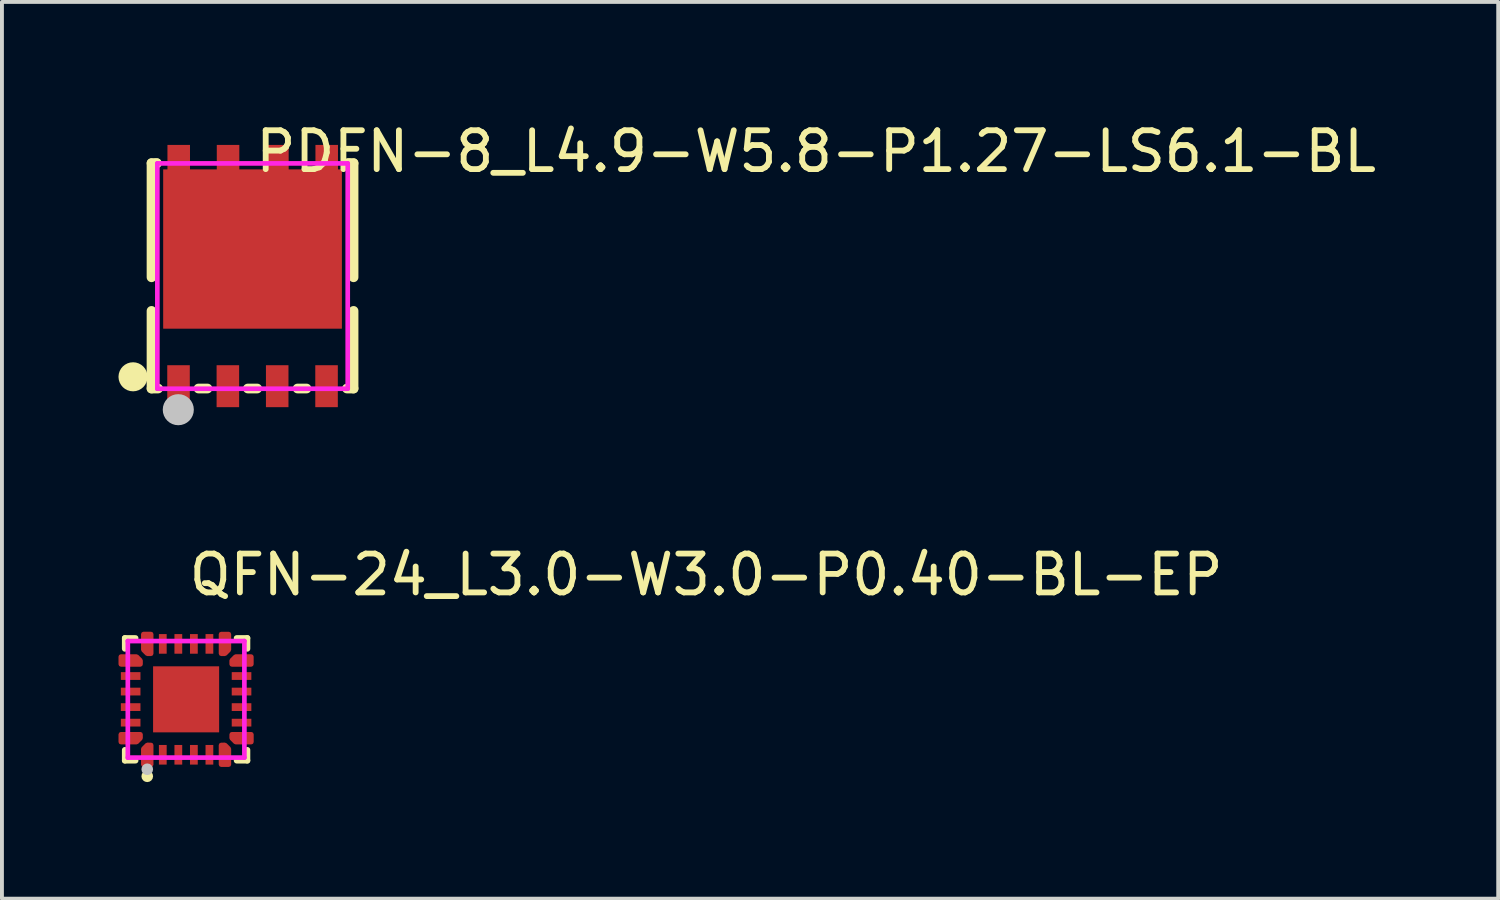
<source format=kicad_pcb>
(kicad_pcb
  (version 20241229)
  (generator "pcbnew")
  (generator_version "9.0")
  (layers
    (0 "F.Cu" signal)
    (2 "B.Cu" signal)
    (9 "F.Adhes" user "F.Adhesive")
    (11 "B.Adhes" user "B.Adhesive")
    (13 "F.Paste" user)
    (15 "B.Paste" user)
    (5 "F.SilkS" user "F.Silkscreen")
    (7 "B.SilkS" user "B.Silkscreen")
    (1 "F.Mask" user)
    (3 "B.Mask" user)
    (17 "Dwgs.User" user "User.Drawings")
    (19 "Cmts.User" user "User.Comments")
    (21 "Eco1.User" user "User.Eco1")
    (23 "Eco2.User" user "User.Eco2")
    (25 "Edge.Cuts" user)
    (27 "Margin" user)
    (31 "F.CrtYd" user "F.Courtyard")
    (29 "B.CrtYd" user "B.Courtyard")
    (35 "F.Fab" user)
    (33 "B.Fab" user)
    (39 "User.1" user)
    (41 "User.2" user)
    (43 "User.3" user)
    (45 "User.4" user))
  (footprint "PDFN-8_L4.9-W5.8-P1.27-LS6.1-BL"
    (layer "F.Cu")
    (at 3.452 4.055)
    (property "Reference" "PDFN-8_L4.9-W5.8-P1.27-LS6.1-BL" (at 0 -3.207 0) (layer "F.SilkS") (effects (font (size 1 1) (thickness 0.15)) (justify left)))
    (attr through_hole)
    (fp_line (start -2.602 -2.905) (end -2.465 -2.905) (stroke (width 0.25) (type solid)) (layer "F.SilkS"))
    (fp_line (start -2.602 0.032) (end -2.602 -2.905) (stroke (width 0.25) (type solid)) (layer "F.SilkS"))
    (fp_line (start -2.602 2.895) (end -2.602 0.897) (stroke (width 0.25) (type solid)) (layer "F.SilkS"))
    (fp_line (start -2.602 2.895) (end -2.432 2.895) (stroke (width 0.25) (type solid)) (layer "F.SilkS"))
    (fp_line (start -2.502 -2.905) (end -2.465 -2.905) (stroke (width 0.25) (type solid)) (layer "F.SilkS"))
    (fp_line (start -1.393 2.895) (end -1.162 2.895) (stroke (width 0.25) (type solid)) (layer "F.SilkS"))
    (fp_line (start -0.123 2.895) (end 0.118 2.895) (stroke (width 0.25) (type solid)) (layer "F.SilkS"))
    (fp_line (start 1.157 2.895) (end 1.388 2.895) (stroke (width 0.25) (type solid)) (layer "F.SilkS"))
    (fp_line (start 2.427 2.895) (end 2.598 2.895) (stroke (width 0.25) (type solid)) (layer "F.SilkS"))
    (fp_line (start 2.46 -2.905) (end 2.498 -2.905) (stroke (width 0.25) (type solid)) (layer "F.SilkS"))
    (fp_line (start 2.461 -2.905) (end 2.598 -2.905) (stroke (width 0.25) (type solid)) (layer "F.SilkS"))
    (fp_line (start 2.598 -2.905) (end 2.598 0.032) (stroke (width 0.25) (type solid)) (layer "F.SilkS"))
    (fp_line (start 2.598 0.897) (end 2.598 2.895) (stroke (width 0.25) (type solid)) (layer "F.SilkS"))
    (fp_arc (start -3.202 2.592) (mid -2.953986 2.594735) (end -3.202015 2.594531) (stroke (width 0.5) (type solid)) (layer "F.SilkS"))
    (fp_poly (pts (xy -2.202 2.29) (xy -1.612 2.29) (xy -1.612 3.38) (xy -2.202 3.38)) (stroke (width 0.12) (type solid)) (fill yes) (layer "F.Paste"))
    (fp_poly (pts (xy -0.932 2.29) (xy -0.342 2.29) (xy -0.342 3.38) (xy -0.932 3.38)) (stroke (width 0.12) (type solid)) (fill yes) (layer "F.Paste"))
    (fp_poly (pts (xy 0.338 2.29) (xy 0.928 2.29) (xy 0.928 3.38) (xy 0.338 3.38)) (stroke (width 0.12) (type solid)) (fill yes) (layer "F.Paste"))
    (fp_poly (pts (xy 1.608 2.29) (xy 2.198 2.29) (xy 2.198 3.38) (xy 1.608 3.38)) (stroke (width 0.12) (type solid)) (fill yes) (layer "F.Paste"))
    (fp_poly (pts (xy -2.192 -3.374) (xy -1.613 -3.374) (xy -1.613 -2.744) (xy -0.923 -2.744) (xy -0.923 -3.374) (xy -0.343 -3.374) (xy -0.343 -2.744) (xy 0.348 -2.744) (xy 0.348 -3.375) (xy 0.928 -3.375) (xy 0.928 -2.745) (xy 1.618 -2.745) (xy 1.618 -3.374) (xy 1.619 -3.375) (xy 2.197 -3.375) (xy 2.197 -2.745) (xy 2.297 -2.745) (xy 2.297 1.355) (xy -2.302 1.355) (xy -2.302 -2.745) (xy -2.193 -2.745)) (stroke (width 0.12) (type solid)) (fill yes) (layer "F.Paste"))
    (fp_circle (center -1.913 3.44) (end -1.713 3.44) (stroke (width 0.4) (type solid)) (fill no) (layer "Dwgs.User"))
    (fp_circle (center -2.453 3.06) (end -2.423 3.06) (stroke (width 0.06) (type solid)) (fill no) (layer "Eco2.User"))
    (fp_poly (pts (xy -2.177 -2.361) (xy 2.173 -2.361) (xy 2.173 1.305) (xy -2.177 1.305)) (stroke (width 0.12) (type solid)) (fill no) (layer "Eco2.User"))
    (fp_poly (pts (xy -2.102 -3.035) (xy -1.702 -3.035) (xy -1.702 -2.355) (xy -2.102 -2.355)) (stroke (width 0.12) (type solid)) (fill no) (layer "Eco2.User"))
    (fp_poly (pts (xy -1.707 3.06) (xy -2.107 3.06) (xy -2.107 2.51) (xy -1.707 2.51)) (stroke (width 0.12) (type solid)) (fill no) (layer "Eco2.User"))
    (fp_poly (pts (xy -0.832 -3.035) (xy -0.432 -3.035) (xy -0.432 -2.355) (xy -0.832 -2.355)) (stroke (width 0.12) (type solid)) (fill no) (layer "Eco2.User"))
    (fp_poly (pts (xy -0.437 3.06) (xy -0.837 3.06) (xy -0.837 2.51) (xy -0.437 2.51)) (stroke (width 0.12) (type solid)) (fill no) (layer "Eco2.User"))
    (fp_poly (pts (xy 0.438 -3.035) (xy 0.838 -3.035) (xy 0.838 -2.355) (xy 0.438 -2.355)) (stroke (width 0.12) (type solid)) (fill no) (layer "Eco2.User"))
    (fp_poly (pts (xy 0.833 3.06) (xy 0.433 3.06) (xy 0.433 2.51) (xy 0.833 2.51)) (stroke (width 0.12) (type solid)) (fill no) (layer "Eco2.User"))
    (fp_poly (pts (xy 1.707 -3.035) (xy 2.107 -3.035) (xy 2.107 -2.355) (xy 1.707 -2.355)) (stroke (width 0.12) (type solid)) (fill no) (layer "Eco2.User"))
    (fp_poly (pts (xy 2.103 3.06) (xy 1.703 3.06) (xy 1.703 2.51) (xy 2.103 2.51)) (stroke (width 0.12) (type solid)) (fill no) (layer "Eco2.User"))
    (fp_line (start -2.452 -2.9) (end 2.448 -2.9) (stroke (width 0.12) (type solid)) (layer "F.CrtYd"))
    (fp_line (start -2.452 2.9) (end -2.452 -2.9) (stroke (width 0.12) (type solid)) (layer "F.CrtYd"))
    (fp_line (start 2.448 -2.9) (end 2.448 2.9) (stroke (width 0.12) (type solid)) (layer "F.CrtYd"))
    (fp_line (start 2.448 2.9) (end -2.452 2.9) (stroke (width 0.12) (type solid)) (layer "F.CrtYd"))
    (pad "1" smd rect (at -1.907 2.835 180) (size 0.58 1.08) (layers "F.Cu" "F.Mask" "F.Paste"))
    (pad "2" smd rect (at -0.637 2.835 180) (size 0.58 1.08) (layers "F.Cu" "F.Mask" "F.Paste"))
    (pad "3" smd rect (at 0.633 2.835 180) (size 0.58 1.08) (layers "F.Cu" "F.Mask" "F.Paste"))
    (pad "4" smd rect (at 1.903 2.835 180) (size 0.58 1.08) (layers "F.Cu" "F.Mask" "F.Paste"))
    (pad "5" smd rect (at 1.907 -2.835) (size 0.58 1.08) (layers "F.Cu" "F.Mask" "F.Paste"))
    (pad "6" smd rect (at 0.638 -2.835) (size 0.58 1.08) (layers "F.Cu" "F.Mask" "F.Paste"))
    (pad "7" smd rect (at -0.632 -2.835) (size 0.58 1.08) (layers "F.Cu" "F.Mask" "F.Paste"))
    (pad "8" smd rect (at -1.902 -2.835) (size 0.58 1.08) (layers "F.Cu" "F.Mask" "F.Paste"))
    (pad "9" smd rect (at -0.002 -0.695) (size 4.6 4.1) (layers "F.Cu" "F.Mask" "F.Paste")))
  (footprint "QFN-24_L3.0-W3.0-P0.40-BL-EP"
    (layer "F.Cu")
    (at 1.74 14.95)
    (property "Reference" "QFN-24_L3.0-W3.0-P0.40-BL-EP" (at 0 -3.207 0) (layer "F.SilkS") (effects (font (size 1 1) (thickness 0.15)) (justify left)))
    (attr through_hole)
    (fp_line (start -1.576 -1.576) (end -1.303 -1.576) (stroke (width 0.152) (type solid)) (layer "F.SilkS"))
    (fp_line (start -1.576 -1.303) (end -1.576 -1.576) (stroke (width 0.152) (type solid)) (layer "F.SilkS"))
    (fp_line (start -1.576 1.303) (end -1.576 1.576) (stroke (width 0.152) (type solid)) (layer "F.SilkS"))
    (fp_line (start -1.576 1.576) (end -1.303 1.576) (stroke (width 0.152) (type solid)) (layer "F.SilkS"))
    (fp_line (start 1.576 -1.576) (end 1.303 -1.576) (stroke (width 0.152) (type solid)) (layer "F.SilkS"))
    (fp_line (start 1.576 -1.303) (end 1.576 -1.576) (stroke (width 0.152) (type solid)) (layer "F.SilkS"))
    (fp_line (start 1.576 1.303) (end 1.576 1.576) (stroke (width 0.152) (type solid)) (layer "F.SilkS"))
    (fp_line (start 1.576 1.576) (end 1.303 1.576) (stroke (width 0.152) (type solid)) (layer "F.SilkS"))
    (fp_circle (center -1 1.98) (end -0.925 1.98) (stroke (width 0.15) (type solid)) (fill no) (layer "F.SilkS"))
    (fp_poly (pts (xy -1.68 -0.7) (xy -1.68 -0.5) (xy -1.175 -0.5) (xy -1.175 -0.7)) (stroke (width 0.12) (type solid)) (fill yes) (layer "F.Paste"))
    (fp_poly (pts (xy -1.68 -0.3) (xy -1.68 -0.1) (xy -1.175 -0.1) (xy -1.175 -0.3)) (stroke (width 0.12) (type solid)) (fill yes) (layer "F.Paste"))
    (fp_poly (pts (xy -1.68 0.1) (xy -1.68 0.3) (xy -1.175 0.3) (xy -1.175 0.1)) (stroke (width 0.12) (type solid)) (fill yes) (layer "F.Paste"))
    (fp_poly (pts (xy -1.68 0.5) (xy -1.68 0.7) (xy -1.175 0.7) (xy -1.175 0.5)) (stroke (width 0.12) (type solid)) (fill yes) (layer "F.Paste"))
    (fp_poly (pts (xy -0.72 -0.72) (xy 0.72 -0.72) (xy 0.72 0.72) (xy -0.72 0.72)) (stroke (width 0.12) (type solid)) (fill yes) (layer "F.Paste"))
    (fp_poly (pts (xy -0.7 1.175) (xy -0.7 1.68) (xy -0.5 1.68) (xy -0.5 1.175)) (stroke (width 0.12) (type solid)) (fill yes) (layer "F.Paste"))
    (fp_poly (pts (xy -0.5 -1.175) (xy -0.5 -1.68) (xy -0.7 -1.68) (xy -0.7 -1.175)) (stroke (width 0.12) (type solid)) (fill yes) (layer "F.Paste"))
    (fp_poly (pts (xy -0.1 -1.175) (xy -0.1 -1.68) (xy -0.3 -1.68) (xy -0.3 -1.175)) (stroke (width 0.12) (type solid)) (fill yes) (layer "F.Paste"))
    (fp_poly (pts (xy -0.1 1.68) (xy -0.1 1.175) (xy -0.3 1.175) (xy -0.3 1.68)) (stroke (width 0.12) (type solid)) (fill yes) (layer "F.Paste"))
    (fp_poly (pts (xy 0.1 -1.68) (xy 0.1 -1.175) (xy 0.3 -1.175) (xy 0.3 -1.68)) (stroke (width 0.12) (type solid)) (fill yes) (layer "F.Paste"))
    (fp_poly (pts (xy 0.3 1.68) (xy 0.3 1.175) (xy 0.1 1.175) (xy 0.1 1.68)) (stroke (width 0.12) (type solid)) (fill yes) (layer "F.Paste"))
    (fp_poly (pts (xy 0.5 -1.68) (xy 0.5 -1.175) (xy 0.7 -1.175) (xy 0.7 -1.68)) (stroke (width 0.12) (type solid)) (fill yes) (layer "F.Paste"))
    (fp_poly (pts (xy 0.7 1.68) (xy 0.7 1.175) (xy 0.5 1.175) (xy 0.5 1.68)) (stroke (width 0.12) (type solid)) (fill yes) (layer "F.Paste"))
    (fp_poly (pts (xy 1.68 -0.5) (xy 1.68 -0.7) (xy 1.175 -0.7) (xy 1.175 -0.5)) (stroke (width 0.12) (type solid)) (fill yes) (layer "F.Paste"))
    (fp_poly (pts (xy 1.68 -0.1) (xy 1.68 -0.3) (xy 1.175 -0.3) (xy 1.175 -0.1)) (stroke (width 0.12) (type solid)) (fill yes) (layer "F.Paste"))
    (fp_poly (pts (xy 1.68 0.3) (xy 1.68 0.1) (xy 1.175 0.1) (xy 1.175 0.3)) (stroke (width 0.12) (type solid)) (fill yes) (layer "F.Paste"))
    (fp_poly (pts (xy 1.68 0.7) (xy 1.68 0.5) (xy 1.175 0.5) (xy 1.175 0.7)) (stroke (width 0.12) (type solid)) (fill yes) (layer "F.Paste"))
    (fp_poly (pts (xy -1.68 -1.1) (xy -1.68 -0.9) (xy -1.175 -0.9) (xy -1.174 -1) (xy -1.274 -1.1)) (stroke (width 0.12) (type solid)) (fill yes) (layer "F.Paste"))
    (fp_poly (pts (xy -1.68 0.9) (xy -1.68 1.1) (xy -1.274 1.1) (xy -1.174 1) (xy -1.175 0.9)) (stroke (width 0.12) (type solid)) (fill yes) (layer "F.Paste"))
    (fp_poly (pts (xy -0.9 -1.175) (xy -0.9 -1.68) (xy -1.1 -1.68) (xy -1.1 -1.274) (xy -1 -1.174)) (stroke (width 0.12) (type solid)) (fill yes) (layer "F.Paste"))
    (fp_poly (pts (xy -0.9 1.175) (xy -1 1.174) (xy -1.1 1.275) (xy -1.1 1.68) (xy -0.9 1.68)) (stroke (width 0.12) (type solid)) (fill yes) (layer "F.Paste"))
    (fp_poly (pts (xy 1 1.175) (xy 0.9 1.175) (xy 0.9 1.68) (xy 1.1 1.68) (xy 1.1 1.275)) (stroke (width 0.12) (type solid)) (fill yes) (layer "F.Paste"))
    (fp_poly (pts (xy 1.1 -1.274) (xy 1.1 -1.68) (xy 0.9 -1.68) (xy 0.9 -1.175) (xy 1 -1.174)) (stroke (width 0.12) (type solid)) (fill yes) (layer "F.Paste"))
    (fp_poly (pts (xy 1.274 -1.1) (xy 1.174 -1) (xy 1.175 -0.9) (xy 1.68 -0.9) (xy 1.68 -1.1)) (stroke (width 0.12) (type solid)) (fill yes) (layer "F.Paste"))
    (fp_poly (pts (xy 1.68 1.1) (xy 1.68 0.9) (xy 1.175 0.9) (xy 1.175 1) (xy 1.275 1.1)) (stroke (width 0.12) (type solid)) (fill yes) (layer "F.Paste"))
    (fp_circle (center -1 1.8) (end -0.925 1.8) (stroke (width 0.15) (type solid)) (fill no) (layer "Dwgs.User"))
    (fp_circle (center -1.5 1.5) (end -1.47 1.5) (stroke (width 0.06) (type solid)) (fill no) (layer "Eco2.User"))
    (fp_poly (pts (xy -1.2 -0.9) (xy -1.2 -1.1) (xy -1.5 -1.1) (xy -1.5 -0.9)) (stroke (width 0.12) (type solid)) (fill no) (layer "Eco2.User"))
    (fp_poly (pts (xy -1.2 -0.5) (xy -1.2 -0.7) (xy -1.5 -0.7) (xy -1.5 -0.5)) (stroke (width 0.12) (type solid)) (fill no) (layer "Eco2.User"))
    (fp_poly (pts (xy -1.2 -0.1) (xy -1.2 -0.3) (xy -1.5 -0.3) (xy -1.5 -0.1)) (stroke (width 0.12) (type solid)) (fill no) (layer "Eco2.User"))
    (fp_poly (pts (xy -1.2 0.3) (xy -1.2 0.1) (xy -1.5 0.1) (xy -1.5 0.3)) (stroke (width 0.12) (type solid)) (fill no) (layer "Eco2.User"))
    (fp_poly (pts (xy -1.2 0.7) (xy -1.2 0.5) (xy -1.5 0.5) (xy -1.5 0.7)) (stroke (width 0.12) (type solid)) (fill no) (layer "Eco2.User"))
    (fp_poly (pts (xy -1.2 1.1) (xy -1.2 0.9) (xy -1.5 0.9) (xy -1.5 1.1)) (stroke (width 0.12) (type solid)) (fill no) (layer "Eco2.User"))
    (fp_poly (pts (xy -1.1 -1.5) (xy -1.1 -1.2) (xy -0.9 -1.2) (xy -0.9 -1.5)) (stroke (width 0.12) (type solid)) (fill no) (layer "Eco2.User"))
    (fp_poly (pts (xy -1.1 1.5) (xy -1.1 1.2) (xy -0.9 1.2) (xy -0.9 1.5)) (stroke (width 0.12) (type solid)) (fill no) (layer "Eco2.User"))
    (fp_poly (pts (xy -0.7 -1.5) (xy -0.7 -1.2) (xy -0.5 -1.2) (xy -0.5 -1.5)) (stroke (width 0.12) (type solid)) (fill no) (layer "Eco2.User"))
    (fp_poly (pts (xy -0.7 1.5) (xy -0.7 1.2) (xy -0.5 1.2) (xy -0.5 1.5)) (stroke (width 0.12) (type solid)) (fill no) (layer "Eco2.User"))
    (fp_poly (pts (xy -0.3 -1.5) (xy -0.3 -1.2) (xy -0.1 -1.2) (xy -0.1 -1.5)) (stroke (width 0.12) (type solid)) (fill no) (layer "Eco2.User"))
    (fp_poly (pts (xy -0.3 1.5) (xy -0.3 1.2) (xy -0.1 1.2) (xy -0.1 1.5)) (stroke (width 0.12) (type solid)) (fill no) (layer "Eco2.User"))
    (fp_poly (pts (xy 0.1 -1.5) (xy 0.1 -1.2) (xy 0.3 -1.2) (xy 0.3 -1.5)) (stroke (width 0.12) (type solid)) (fill no) (layer "Eco2.User"))
    (fp_poly (pts (xy 0.1 1.5) (xy 0.1 1.2) (xy 0.3 1.2) (xy 0.3 1.5)) (stroke (width 0.12) (type solid)) (fill no) (layer "Eco2.User"))
    (fp_poly (pts (xy 0.5 -1.5) (xy 0.5 -1.2) (xy 0.7 -1.2) (xy 0.7 -1.5)) (stroke (width 0.12) (type solid)) (fill no) (layer "Eco2.User"))
    (fp_poly (pts (xy 0.5 1.5) (xy 0.5 1.2) (xy 0.7 1.2) (xy 0.7 1.5)) (stroke (width 0.12) (type solid)) (fill no) (layer "Eco2.User"))
    (fp_poly (pts (xy 0.9 -1.5) (xy 0.9 -1.2) (xy 1.1 -1.2) (xy 1.1 -1.5)) (stroke (width 0.12) (type solid)) (fill no) (layer "Eco2.User"))
    (fp_poly (pts (xy 0.9 1.5) (xy 0.9 1.2) (xy 1.1 1.2) (xy 1.1 1.5)) (stroke (width 0.12) (type solid)) (fill no) (layer "Eco2.User"))
    (fp_poly (pts (xy 1.2 -0.9) (xy 1.2 -1.1) (xy 1.5 -1.1) (xy 1.5 -0.9)) (stroke (width 0.12) (type solid)) (fill no) (layer "Eco2.User"))
    (fp_poly (pts (xy 1.2 -0.5) (xy 1.2 -0.7) (xy 1.5 -0.7) (xy 1.5 -0.5)) (stroke (width 0.12) (type solid)) (fill no) (layer "Eco2.User"))
    (fp_poly (pts (xy 1.2 -0.1) (xy 1.2 -0.3) (xy 1.5 -0.3) (xy 1.5 -0.1)) (stroke (width 0.12) (type solid)) (fill no) (layer "Eco2.User"))
    (fp_poly (pts (xy 1.2 0.3) (xy 1.2 0.1) (xy 1.5 0.1) (xy 1.5 0.3)) (stroke (width 0.12) (type solid)) (fill no) (layer "Eco2.User"))
    (fp_poly (pts (xy 1.2 0.7) (xy 1.2 0.5) (xy 1.5 0.5) (xy 1.5 0.7)) (stroke (width 0.12) (type solid)) (fill no) (layer "Eco2.User"))
    (fp_poly (pts (xy 1.2 1.1) (xy 1.2 0.9) (xy 1.5 0.9) (xy 1.5 1.1)) (stroke (width 0.12) (type solid)) (fill no) (layer "Eco2.User"))
    (fp_poly (pts (xy -0.85 0.616) (xy -0.85 -0.77) (xy 0.85 -0.77) (xy 0.85 0.77) (xy -0.696 0.77)) (stroke (width 0.12) (type solid)) (fill no) (layer "Eco2.User"))
    (fp_line (start -1.5 -1.5) (end 1.5 -1.5) (stroke (width 0.12) (type solid)) (layer "F.CrtYd"))
    (fp_line (start -1.5 1.5) (end -1.5 -1.5) (stroke (width 0.12) (type solid)) (layer "F.CrtYd"))
    (fp_line (start 1.5 -1.5) (end 1.5 1.5) (stroke (width 0.12) (type solid)) (layer "F.CrtYd"))
    (fp_line (start 1.5 1.5) (end -1.5 1.5) (stroke (width 0.12) (type solid)) (layer "F.CrtYd"))
    (pad "1" smd custom (at -1 1.427) (size 0.102 0.102) (layers "F.Cu" "F.Mask" "F.Paste") (options (anchor circle)) (primitives (gr_poly (pts (xy -0.1 0.253) (xy 0.1 0.253) (xy 0.1 -0.252) (xy 0 -0.253) (xy -0.1 -0.153)) (width 0.12) (fill yes))))
    (pad "2" smd rect (at -0.6 1.427) (size 0.2 0.505) (layers "F.Cu" "F.Mask" "F.Paste"))
    (pad "3" smd rect (at -0.2 1.427) (size 0.2 0.505) (layers "F.Cu" "F.Mask" "F.Paste"))
    (pad "4" smd rect (at 0.2 1.427) (size 0.2 0.505) (layers "F.Cu" "F.Mask" "F.Paste"))
    (pad "5" smd rect (at 0.6 1.427) (size 0.2 0.505) (layers "F.Cu" "F.Mask" "F.Paste"))
    (pad "6" smd custom (at 1 1.427) (size 0.102 0.102) (layers "F.Cu" "F.Mask" "F.Paste") (options (anchor circle)) (primitives (gr_poly (pts (xy 0.1 0.253) (xy -0.1 0.253) (xy -0.1 -0.252) (xy 0 -0.253) (xy 0.1 -0.153)) (width 0.12) (fill yes))))
    (pad "7" smd custom (at 1.427 1) (size 0.102 0.102) (layers "F.Cu" "F.Mask" "F.Paste") (options (anchor circle)) (primitives (gr_poly (pts (xy 0.253 0.1) (xy -0.153 0.1) (xy -0.253 0) (xy -0.252 -0.1) (xy 0.253 -0.1)) (width 0.12) (fill yes))))
    (pad "8" smd rect (at 1.427 0.6) (size 0.505 0.2) (layers "F.Cu" "F.Mask" "F.Paste"))
    (pad "9" smd rect (at 1.427 0.2) (size 0.505 0.2) (layers "F.Cu" "F.Mask" "F.Paste"))
    (pad "10" smd rect (at 1.427 -0.2) (size 0.505 0.2) (layers "F.Cu" "F.Mask" "F.Paste"))
    (pad "11" smd rect (at 1.427 -0.6) (size 0.505 0.2) (layers "F.Cu" "F.Mask" "F.Paste"))
    (pad "12" smd custom (at 1.427 -1) (size 0.102 0.102) (layers "F.Cu" "F.Mask" "F.Paste") (options (anchor circle)) (primitives (gr_poly (pts (xy 0.252 -0.1) (xy -0.153 -0.1) (xy -0.253 0) (xy -0.253 0.1) (xy 0.252 0.1)) (width 0.12) (fill yes))))
    (pad "13" smd custom (at 1 -1.427) (size 0.102 0.102) (layers "F.Cu" "F.Mask" "F.Paste") (options (anchor circle)) (primitives (gr_poly (pts (xy 0.1 -0.252) (xy -0.1 -0.252) (xy -0.1 0.253) (xy 0 0.253) (xy 0.1 0.153)) (width 0.12) (fill yes))))
    (pad "14" smd rect (at 0.6 -1.427) (size 0.2 0.505) (layers "F.Cu" "F.Mask" "F.Paste"))
    (pad "15" smd rect (at 0.2 -1.427) (size 0.2 0.505) (layers "F.Cu" "F.Mask" "F.Paste"))
    (pad "16" smd rect (at -0.2 -1.427) (size 0.2 0.505) (layers "F.Cu" "F.Mask" "F.Paste"))
    (pad "17" smd rect (at -0.6 -1.427) (size 0.2 0.505) (layers "F.Cu" "F.Mask" "F.Paste"))
    (pad "18" smd custom (at -1 -1.427) (size 0.102 0.102) (layers "F.Cu" "F.Mask" "F.Paste") (options (anchor circle)) (primitives (gr_poly (pts (xy -0.1 -0.253) (xy 0.1 -0.253) (xy 0.1 0.253) (xy 0 0.253) (xy -0.1 0.153)) (width 0.12) (fill yes))))
    (pad "19" smd custom (at -1.427 -1) (size 0.102 0.102) (layers "F.Cu" "F.Mask" "F.Paste") (options (anchor circle)) (primitives (gr_poly (pts (xy -0.253 -0.1) (xy 0.153 -0.1) (xy 0.253 0) (xy 0.253 0.1) (xy -0.253 0.1)) (width 0.12) (fill yes))))
    (pad "20" smd rect (at -1.427 -0.6) (size 0.505 0.2) (layers "F.Cu" "F.Mask" "F.Paste"))
    (pad "21" smd rect (at -1.427 -0.2) (size 0.505 0.2) (layers "F.Cu" "F.Mask" "F.Paste"))
    (pad "22" smd rect (at -1.427 0.2) (size 0.505 0.2) (layers "F.Cu" "F.Mask" "F.Paste"))
    (pad "23" smd rect (at -1.427 0.6) (size 0.505 0.2) (layers "F.Cu" "F.Mask" "F.Paste"))
    (pad "24" smd custom (at -1.427 1) (size 0.102 0.102) (layers "F.Cu" "F.Mask" "F.Paste") (options (anchor circle)) (primitives (gr_poly (pts (xy -0.253 0.1) (xy 0.153 0.1) (xy 0.253 0) (xy 0.253 -0.1) (xy -0.253 -0.1)) (width 0.12) (fill yes))))
    (pad "25" smd rect (at 0 0) (size 1.7 1.7) (layers "F.Cu" "F.Mask" "F.Paste")))
  (gr_rect
    (start -3 -3)
    (end 35.512 20.081)
    (stroke (width 0.1) (type default))
    (fill no)
    (layer "Edge.Cuts")))
</source>
